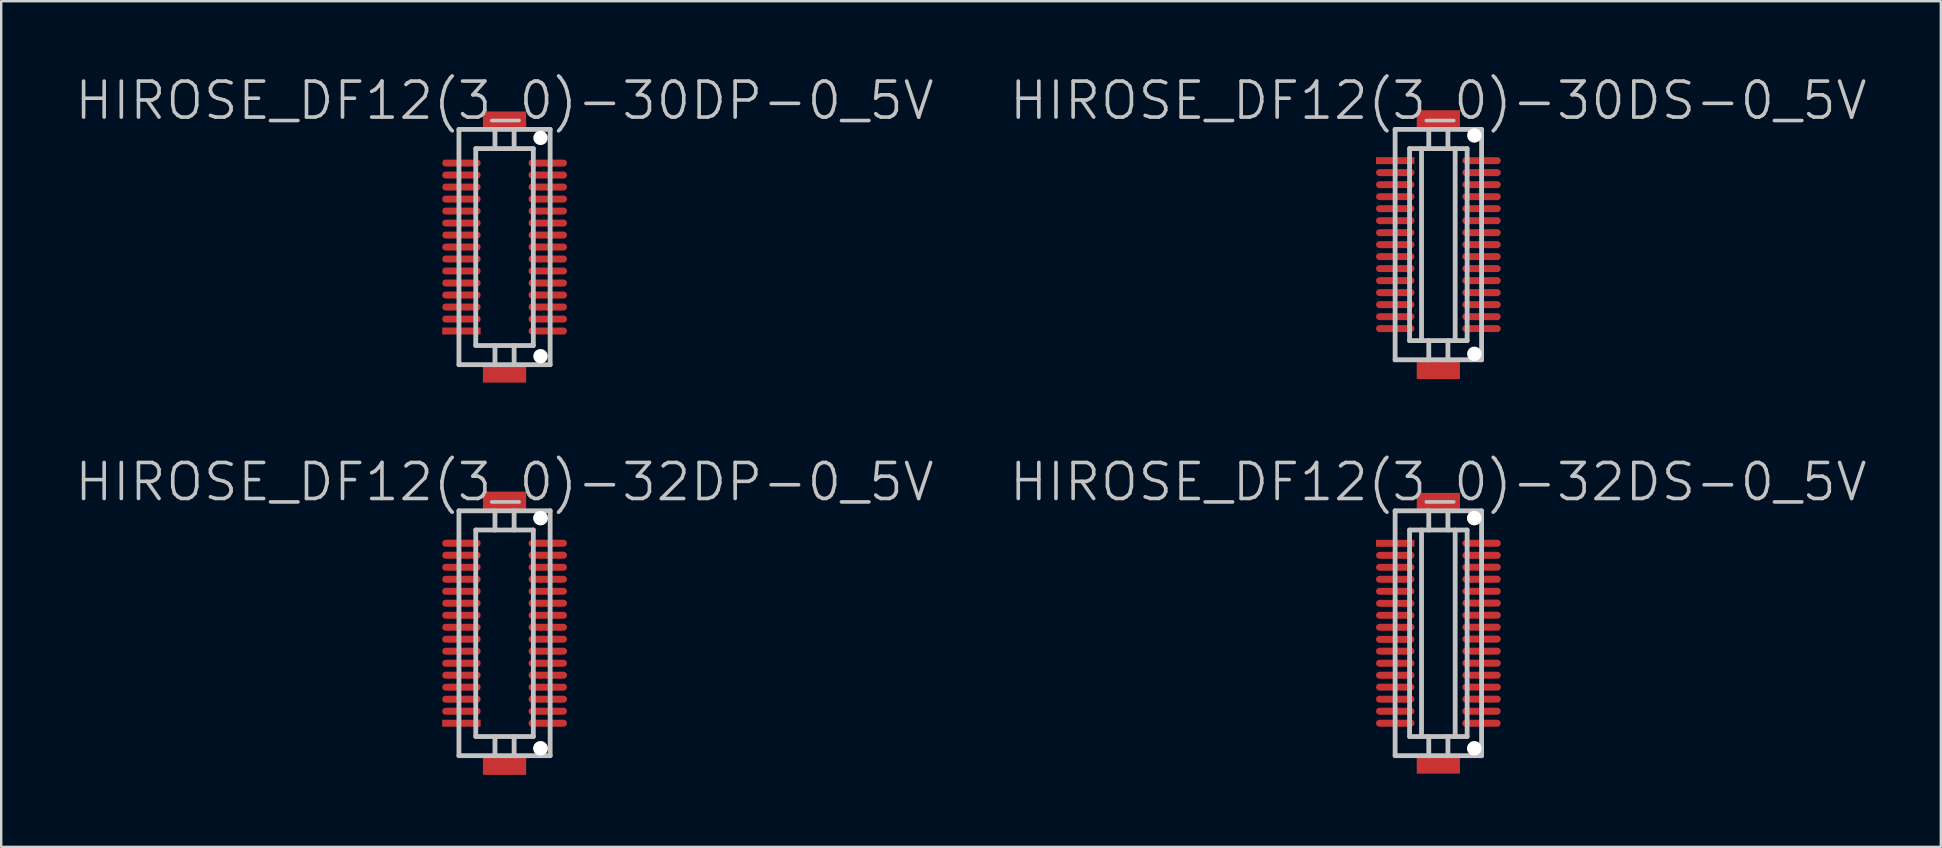
<source format=kicad_pcb>
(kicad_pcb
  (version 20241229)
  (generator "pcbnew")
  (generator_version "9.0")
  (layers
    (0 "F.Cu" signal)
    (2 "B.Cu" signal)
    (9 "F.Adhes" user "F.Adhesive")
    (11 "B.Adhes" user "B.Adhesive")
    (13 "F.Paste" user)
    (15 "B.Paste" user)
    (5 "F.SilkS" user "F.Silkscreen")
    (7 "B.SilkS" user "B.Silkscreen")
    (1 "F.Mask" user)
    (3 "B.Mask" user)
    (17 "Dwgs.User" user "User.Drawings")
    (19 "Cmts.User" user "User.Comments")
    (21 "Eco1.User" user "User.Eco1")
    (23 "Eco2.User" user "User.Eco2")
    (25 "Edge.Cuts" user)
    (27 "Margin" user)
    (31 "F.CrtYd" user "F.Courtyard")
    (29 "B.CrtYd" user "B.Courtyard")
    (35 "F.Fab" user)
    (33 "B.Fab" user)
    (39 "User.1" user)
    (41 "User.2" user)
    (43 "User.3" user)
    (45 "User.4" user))
  (footprint "HIROSE_DF12(3_0)-30DP-0_5V"
    (layer "F.Cu")
    (at 17.968 7.241)
    (property "Reference" "HIROSE_DF12(3_0)-30DP-0_5V" (at 0 -6.1 180) (layer "Dwgs.User") (effects (font (size 1.5 1.5) (thickness 0.15))))
    (attr smd)
    (fp_line (start -1.9 4.9) (end -1.9 -4.9) (stroke (width 0.2) (type solid)) (layer "Dwgs.User"))
    (fp_line (start -1.9 4.9) (end 1.9 4.9) (stroke (width 0.2) (type solid)) (layer "Dwgs.User"))
    (fp_line (start -1.199 -4.1) (end -1.199 4.1) (stroke (width 0.2) (type solid)) (layer "Dwgs.User"))
    (fp_line (start -1.199 -4.1) (end 1.199 -4.1) (stroke (width 0.2) (type solid)) (layer "Dwgs.User"))
    (fp_line (start -0.399 -4.1) (end -0.399 -4.9) (stroke (width 0.2) (type solid)) (layer "Dwgs.User"))
    (fp_line (start -0.399 4.902) (end -0.399 4.102) (stroke (width 0.2) (type solid)) (layer "Dwgs.User"))
    (fp_line (start 0.399 -4.1) (end 0.399 -4.9) (stroke (width 0.2) (type solid)) (layer "Dwgs.User"))
    (fp_line (start 0.399 4.102) (end 0.399 4.902) (stroke (width 0.2) (type solid)) (layer "Dwgs.User"))
    (fp_line (start 1.199 4.1) (end 1.199 -4.1) (stroke (width 0.2) (type solid)) (layer "Dwgs.User"))
    (fp_line (start 1.199 4.102) (end -1.199 4.102) (stroke (width 0.2) (type solid)) (layer "Dwgs.User"))
    (fp_line (start 1.9 -4.9) (end -1.9 -4.9) (stroke (width 0.2) (type solid)) (layer "Dwgs.User"))
    (fp_line (start 1.9 -4.9) (end 1.9 4.9) (stroke (width 0.2) (type solid)) (layer "Dwgs.User"))
    (pad "" smd rect (at 0 -5.248 270) (size 0.8 1.8) (layers "F.Cu" "F.Mask" "F.Paste"))
    (pad "" smd rect (at 0 5.248 270) (size 0.8 1.8) (layers "F.Cu" "F.Mask" "F.Paste"))
    (pad "" np_thru_hole circle (at 1.499 -4.549 270) (size 0.6 0.6) (drill 0.6) (layers "*.Cu" "*.Mask"))
    (pad "" np_thru_hole circle (at 1.499 4.549 270) (size 0.6 0.6) (drill 0.6) (layers "*.Cu" "*.Mask"))
    (pad "1" smd rect (at -1.796 3.498 270) (size 0.29 1.6) (layers "F.Cu" "F.Mask" "F.Paste"))
    (pad "2" smd oval (at -1.796 3 270) (size 0.29 1.6) (layers "F.Cu" "F.Mask" "F.Paste"))
    (pad "3" smd oval (at -1.796 2.499 270) (size 0.29 1.6) (layers "F.Cu" "F.Mask" "F.Paste"))
    (pad "4" smd oval (at -1.796 1.999 270) (size 0.29 1.6) (layers "F.Cu" "F.Mask" "F.Paste"))
    (pad "5" smd oval (at -1.796 1.499 270) (size 0.29 1.6) (layers "F.Cu" "F.Mask" "F.Paste"))
    (pad "6" smd oval (at -1.796 0.998 270) (size 0.29 1.6) (layers "F.Cu" "F.Mask" "F.Paste"))
    (pad "7" smd oval (at -1.796 0.498 270) (size 0.29 1.6) (layers "F.Cu" "F.Mask" "F.Paste"))
    (pad "8" smd oval (at -1.796 0 270) (size 0.29 1.6) (layers "F.Cu" "F.Mask" "F.Paste"))
    (pad "9" smd oval (at -1.796 -0.498 270) (size 0.29 1.6) (layers "F.Cu" "F.Mask" "F.Paste"))
    (pad "10" smd oval (at -1.796 -0.998 270) (size 0.29 1.6) (layers "F.Cu" "F.Mask" "F.Paste"))
    (pad "11" smd oval (at -1.796 -1.499 270) (size 0.29 1.6) (layers "F.Cu" "F.Mask" "F.Paste"))
    (pad "12" smd oval (at -1.796 -1.999 270) (size 0.29 1.6) (layers "F.Cu" "F.Mask" "F.Paste"))
    (pad "13" smd oval (at -1.796 -2.499 270) (size 0.29 1.6) (layers "F.Cu" "F.Mask" "F.Paste"))
    (pad "14" smd oval (at -1.796 -3 270) (size 0.29 1.6) (layers "F.Cu" "F.Mask" "F.Paste"))
    (pad "15" smd oval (at -1.796 -3.498 270) (size 0.29 1.6) (layers "F.Cu" "F.Mask" "F.Paste"))
    (pad "16" smd oval (at 1.801 -3.498 270) (size 0.29 1.6) (layers "F.Cu" "F.Mask" "F.Paste"))
    (pad "17" smd oval (at 1.801 -3 270) (size 0.29 1.6) (layers "F.Cu" "F.Mask" "F.Paste"))
    (pad "18" smd oval (at 1.801 -2.499 270) (size 0.29 1.6) (layers "F.Cu" "F.Mask" "F.Paste"))
    (pad "19" smd oval (at 1.801 -1.999 270) (size 0.29 1.6) (layers "F.Cu" "F.Mask" "F.Paste"))
    (pad "20" smd oval (at 1.801 -1.499 270) (size 0.29 1.6) (layers "F.Cu" "F.Mask" "F.Paste"))
    (pad "21" smd oval (at 1.801 -0.998 270) (size 0.29 1.6) (layers "F.Cu" "F.Mask" "F.Paste"))
    (pad "22" smd oval (at 1.801 -0.498 270) (size 0.29 1.6) (layers "F.Cu" "F.Mask" "F.Paste"))
    (pad "23" smd oval (at 1.801 0 270) (size 0.29 1.6) (layers "F.Cu" "F.Mask" "F.Paste"))
    (pad "24" smd oval (at 1.801 0.498 270) (size 0.29 1.6) (layers "F.Cu" "F.Mask" "F.Paste"))
    (pad "25" smd oval (at 1.801 0.998 270) (size 0.29 1.6) (layers "F.Cu" "F.Mask" "F.Paste"))
    (pad "26" smd oval (at 1.801 1.499 270) (size 0.29 1.6) (layers "F.Cu" "F.Mask" "F.Paste"))
    (pad "27" smd oval (at 1.801 1.999 270) (size 0.29 1.6) (layers "F.Cu" "F.Mask" "F.Paste"))
    (pad "28" smd oval (at 1.801 2.499 270) (size 0.29 1.6) (layers "F.Cu" "F.Mask" "F.Paste"))
    (pad "29" smd oval (at 1.801 3 270) (size 0.29 1.6) (layers "F.Cu" "F.Mask" "F.Paste"))
    (pad "30" smd oval (at 1.801 3.498 270) (size 0.29 1.6) (layers "F.Cu" "F.Mask" "F.Paste")))
  (footprint "HIROSE_DF12(3_0)-32DS-0_5V"
    (layer "F.Cu")
    (at 56.868 23.329)
    (property "Reference" "HIROSE_DF12(3_0)-32DS-0_5V" (at 0 -6.3 180) (layer "Dwgs.User") (effects (font (size 1.5 1.5) (thickness 0.15))))
    (attr smd)
    (fp_line (start -1.801 -5.1) (end 1.801 -5.1) (stroke (width 0.2) (type solid)) (layer "Dwgs.User"))
    (fp_line (start -1.801 5.1) (end -1.801 -5.1) (stroke (width 0.2) (type solid)) (layer "Dwgs.User"))
    (fp_line (start -1.199 -4.3) (end 1.199 -4.3) (stroke (width 0.2) (type solid)) (layer "Dwgs.User"))
    (fp_line (start -1.199 4.3) (end -1.199 -4.3) (stroke (width 0.2) (type solid)) (layer "Dwgs.User"))
    (fp_line (start -0.701 -4.3) (end -0.701 4.3) (stroke (width 0.2) (type solid)) (layer "Dwgs.User"))
    (fp_line (start -0.399 -4.3) (end -0.399 -5.1) (stroke (width 0.2) (type solid)) (layer "Dwgs.User"))
    (fp_line (start -0.399 5.103) (end -0.399 4.303) (stroke (width 0.2) (type solid)) (layer "Dwgs.User"))
    (fp_line (start 0.399 -4.3) (end 0.399 -5.1) (stroke (width 0.2) (type solid)) (layer "Dwgs.User"))
    (fp_line (start 0.399 4.303) (end 0.399 5.103) (stroke (width 0.2) (type solid)) (layer "Dwgs.User"))
    (fp_line (start 0.701 4.3) (end 0.701 -4.3) (stroke (width 0.2) (type solid)) (layer "Dwgs.User"))
    (fp_line (start 1.199 -4.3) (end 1.199 4.3) (stroke (width 0.2) (type solid)) (layer "Dwgs.User"))
    (fp_line (start 1.199 4.303) (end -1.199 4.303) (stroke (width 0.2) (type solid)) (layer "Dwgs.User"))
    (fp_line (start 1.801 -5.1) (end 1.801 5.1) (stroke (width 0.2) (type solid)) (layer "Dwgs.User"))
    (fp_line (start 1.801 5.1) (end -1.801 5.1) (stroke (width 0.2) (type solid)) (layer "Dwgs.User"))
    (pad "" smd rect (at 0 -5.448 270) (size 0.8 1.8) (layers "F.Cu" "F.Mask" "F.Paste"))
    (pad "" smd rect (at 0 5.448 270) (size 0.8 1.8) (layers "F.Cu" "F.Mask" "F.Paste"))
    (pad "" np_thru_hole circle (at 1.499 -4.798 270) (size 0.6 0.6) (drill 0.6) (layers "*.Cu" "*.Mask" "F.SilkS"))
    (pad "" np_thru_hole circle (at 1.499 4.798 270) (size 0.6 0.6) (drill 0.6) (layers "*.Cu" "*.Mask" "F.SilkS"))
    (pad "1" smd rect (at -1.796 -3.747 270) (size 0.29 1.6) (layers "F.Cu" "F.Mask" "F.Paste"))
    (pad "2" smd oval (at -1.796 -3.246 270) (size 0.29 1.6) (layers "F.Cu" "F.Mask" "F.Paste"))
    (pad "3" smd oval (at -1.796 -2.748 270) (size 0.29 1.6) (layers "F.Cu" "F.Mask" "F.Paste"))
    (pad "4" smd oval (at -1.796 -2.248 270) (size 0.29 1.6) (layers "F.Cu" "F.Mask" "F.Paste"))
    (pad "5" smd oval (at -1.796 -1.748 270) (size 0.29 1.6) (layers "F.Cu" "F.Mask" "F.Paste"))
    (pad "6" smd oval (at -1.796 -1.245 270) (size 0.29 1.6) (layers "F.Cu" "F.Mask" "F.Paste"))
    (pad "7" smd oval (at -1.796 -0.749 270) (size 0.29 1.6) (layers "F.Cu" "F.Mask" "F.Paste"))
    (pad "8" smd oval (at -1.796 -0.249 270) (size 0.29 1.6) (layers "F.Cu" "F.Mask" "F.Paste"))
    (pad "9" smd oval (at -1.796 0.254 270) (size 0.29 1.6) (layers "F.Cu" "F.Mask" "F.Paste"))
    (pad "10" smd oval (at -1.796 0.747 270) (size 0.29 1.6) (layers "F.Cu" "F.Mask" "F.Paste"))
    (pad "11" smd oval (at -1.796 1.25 270) (size 0.29 1.6) (layers "F.Cu" "F.Mask" "F.Paste"))
    (pad "12" smd oval (at -1.796 1.75 270) (size 0.29 1.6) (layers "F.Cu" "F.Mask" "F.Paste"))
    (pad "13" smd oval (at -1.796 2.245 270) (size 0.29 1.6) (layers "F.Cu" "F.Mask" "F.Paste"))
    (pad "14" smd oval (at -1.796 2.748 270) (size 0.29 1.6) (layers "F.Cu" "F.Mask" "F.Paste"))
    (pad "15" smd oval (at -1.796 3.249 270) (size 0.29 1.6) (layers "F.Cu" "F.Mask" "F.Paste"))
    (pad "16" smd oval (at -1.796 3.749 270) (size 0.29 1.6) (layers "F.Cu" "F.Mask" "F.Paste"))
    (pad "17" smd oval (at 1.796 3.749 270) (size 0.29 1.6) (layers "F.Cu" "F.Mask" "F.Paste"))
    (pad "18" smd oval (at 1.796 3.249 270) (size 0.29 1.6) (layers "F.Cu" "F.Mask" "F.Paste"))
    (pad "19" smd oval (at 1.801 2.746 270) (size 0.29 1.6) (layers "F.Cu" "F.Mask" "F.Paste"))
    (pad "20" smd oval (at 1.801 2.245 270) (size 0.29 1.6) (layers "F.Cu" "F.Mask" "F.Paste"))
    (pad "21" smd oval (at 1.801 1.748 270) (size 0.29 1.6) (layers "F.Cu" "F.Mask" "F.Paste"))
    (pad "22" smd oval (at 1.801 1.247 270) (size 0.29 1.6) (layers "F.Cu" "F.Mask" "F.Paste"))
    (pad "23" smd oval (at 1.801 0.747 270) (size 0.29 1.6) (layers "F.Cu" "F.Mask" "F.Paste"))
    (pad "24" smd oval (at 1.801 0.244 270) (size 0.29 1.6) (layers "F.Cu" "F.Mask" "F.Paste"))
    (pad "25" smd oval (at 1.801 -0.251 270) (size 0.29 1.6) (layers "F.Cu" "F.Mask" "F.Paste"))
    (pad "26" smd oval (at 1.801 -0.752 270) (size 0.29 1.6) (layers "F.Cu" "F.Mask" "F.Paste"))
    (pad "27" smd oval (at 1.801 -1.255 270) (size 0.29 1.6) (layers "F.Cu" "F.Mask" "F.Paste"))
    (pad "28" smd oval (at 1.801 -1.748 270) (size 0.29 1.6) (layers "F.Cu" "F.Mask" "F.Paste"))
    (pad "29" smd oval (at 1.801 -2.25 270) (size 0.29 1.6) (layers "F.Cu" "F.Mask" "F.Paste"))
    (pad "30" smd oval (at 1.801 -2.751 270) (size 0.29 1.6) (layers "F.Cu" "F.Mask" "F.Paste"))
    (pad "31" smd oval (at 1.801 -3.246 270) (size 0.29 1.6) (layers "F.Cu" "F.Mask" "F.Paste"))
    (pad "32" smd oval (at 1.801 -3.749 270) (size 0.29 1.6) (layers "F.Cu" "F.Mask" "F.Paste")))
  (footprint "HIROSE_DF12(3_0)-32DP-0_5V"
    (layer "F.Cu")
    (at 17.968 23.329)
    (property "Reference" "HIROSE_DF12(3_0)-32DP-0_5V" (at 0 -6.3 180) (layer "Dwgs.User") (effects (font (size 1.5 1.5) (thickness 0.15))))
    (attr smd)
    (fp_line (start -1.9 5.1) (end -1.9 -5.1) (stroke (width 0.2) (type solid)) (layer "Dwgs.User"))
    (fp_line (start -1.9 5.1) (end 1.9 5.1) (stroke (width 0.2) (type solid)) (layer "Dwgs.User"))
    (fp_line (start -1.199 -4.3) (end -1.199 4.3) (stroke (width 0.2) (type solid)) (layer "Dwgs.User"))
    (fp_line (start -1.199 -4.3) (end 1.199 -4.3) (stroke (width 0.2) (type solid)) (layer "Dwgs.User"))
    (fp_line (start -0.399 -4.3) (end -0.399 -5.1) (stroke (width 0.2) (type solid)) (layer "Dwgs.User"))
    (fp_line (start -0.399 5.103) (end -0.399 4.303) (stroke (width 0.2) (type solid)) (layer "Dwgs.User"))
    (fp_line (start 0.399 -4.3) (end 0.399 -5.1) (stroke (width 0.2) (type solid)) (layer "Dwgs.User"))
    (fp_line (start 0.399 4.303) (end 0.399 5.103) (stroke (width 0.2) (type solid)) (layer "Dwgs.User"))
    (fp_line (start 1.199 4.3) (end 1.199 -4.3) (stroke (width 0.2) (type solid)) (layer "Dwgs.User"))
    (fp_line (start 1.199 4.303) (end -1.199 4.303) (stroke (width 0.2) (type solid)) (layer "Dwgs.User"))
    (fp_line (start 1.9 -5.1) (end -1.9 -5.1) (stroke (width 0.2) (type solid)) (layer "Dwgs.User"))
    (fp_line (start 1.9 -5.1) (end 1.9 5.1) (stroke (width 0.2) (type solid)) (layer "Dwgs.User"))
    (pad "" smd rect (at 0 -5.499 270) (size 0.8 1.8) (layers "F.Cu" "F.Mask" "F.Paste"))
    (pad "" smd rect (at 0 5.499 270) (size 0.8 1.8) (layers "F.Cu" "F.Mask" "F.Paste"))
    (pad "" np_thru_hole circle (at 1.499 -4.798 270) (size 0.6 0.6) (drill 0.6) (layers "*.Cu" "*.Mask" "F.SilkS"))
    (pad "" np_thru_hole circle (at 1.499 4.798 270) (size 0.6 0.6) (drill 0.6) (layers "*.Cu" "*.Mask" "F.SilkS"))
    (pad "1" smd rect (at -1.796 3.749 270) (size 0.29 1.6) (layers "F.Cu" "F.Mask" "F.Paste"))
    (pad "2" smd oval (at -1.796 3.249 270) (size 0.29 1.6) (layers "F.Cu" "F.Mask" "F.Paste"))
    (pad "3" smd oval (at -1.796 2.748 270) (size 0.29 1.6) (layers "F.Cu" "F.Mask" "F.Paste"))
    (pad "4" smd oval (at -1.796 2.248 270) (size 0.29 1.6) (layers "F.Cu" "F.Mask" "F.Paste"))
    (pad "5" smd oval (at -1.796 1.748 270) (size 0.29 1.6) (layers "F.Cu" "F.Mask" "F.Paste"))
    (pad "6" smd oval (at -1.796 1.25 270) (size 0.29 1.6) (layers "F.Cu" "F.Mask" "F.Paste"))
    (pad "7" smd oval (at -1.796 0.749 270) (size 0.29 1.6) (layers "F.Cu" "F.Mask" "F.Paste"))
    (pad "8" smd oval (at -1.796 0.249 270) (size 0.29 1.6) (layers "F.Cu" "F.Mask" "F.Paste"))
    (pad "9" smd oval (at -1.796 -0.249 270) (size 0.29 1.6) (layers "F.Cu" "F.Mask" "F.Paste"))
    (pad "10" smd oval (at -1.796 -0.749 270) (size 0.29 1.6) (layers "F.Cu" "F.Mask" "F.Paste"))
    (pad "11" smd oval (at -1.796 -1.25 270) (size 0.29 1.6) (layers "F.Cu" "F.Mask" "F.Paste"))
    (pad "12" smd oval (at -1.796 -1.748 270) (size 0.29 1.6) (layers "F.Cu" "F.Mask" "F.Paste"))
    (pad "13" smd oval (at -1.796 -2.248 270) (size 0.29 1.6) (layers "F.Cu" "F.Mask" "F.Paste"))
    (pad "14" smd oval (at -1.796 -2.748 270) (size 0.29 1.6) (layers "F.Cu" "F.Mask" "F.Paste"))
    (pad "15" smd oval (at -1.796 -3.249 270) (size 0.29 1.6) (layers "F.Cu" "F.Mask" "F.Paste"))
    (pad "16" smd oval (at -1.796 -3.749 270) (size 0.29 1.6) (layers "F.Cu" "F.Mask" "F.Paste"))
    (pad "17" smd oval (at 1.801 -3.749 270) (size 0.29 1.6) (layers "F.Cu" "F.Mask" "F.Paste"))
    (pad "18" smd oval (at 1.801 -3.249 270) (size 0.29 1.6) (layers "F.Cu" "F.Mask" "F.Paste"))
    (pad "19" smd oval (at 1.801 -2.748 270) (size 0.29 1.6) (layers "F.Cu" "F.Mask" "F.Paste"))
    (pad "20" smd oval (at 1.801 -2.248 270) (size 0.29 1.6) (layers "F.Cu" "F.Mask" "F.Paste"))
    (pad "21" smd oval (at 1.801 -1.748 270) (size 0.29 1.6) (layers "F.Cu" "F.Mask" "F.Paste"))
    (pad "22" smd oval (at 1.801 -1.25 270) (size 0.29 1.6) (layers "F.Cu" "F.Mask" "F.Paste"))
    (pad "23" smd oval (at 1.801 -0.749 270) (size 0.29 1.6) (layers "F.Cu" "F.Mask" "F.Paste"))
    (pad "24" smd oval (at 1.801 -0.249 270) (size 0.29 1.6) (layers "F.Cu" "F.Mask" "F.Paste"))
    (pad "25" smd oval (at 1.801 0.249 270) (size 0.29 1.6) (layers "F.Cu" "F.Mask" "F.Paste"))
    (pad "26" smd oval (at 1.801 0.749 270) (size 0.29 1.6) (layers "F.Cu" "F.Mask" "F.Paste"))
    (pad "27" smd oval (at 1.801 1.25 270) (size 0.29 1.6) (layers "F.Cu" "F.Mask" "F.Paste"))
    (pad "28" smd oval (at 1.801 1.748 270) (size 0.29 1.6) (layers "F.Cu" "F.Mask" "F.Paste"))
    (pad "29" smd oval (at 1.801 2.248 270) (size 0.29 1.6) (layers "F.Cu" "F.Mask" "F.Paste"))
    (pad "30" smd oval (at 1.801 2.748 270) (size 0.29 1.6) (layers "F.Cu" "F.Mask" "F.Paste"))
    (pad "31" smd oval (at 1.801 3.249 270) (size 0.29 1.6) (layers "F.Cu" "F.Mask" "F.Paste"))
    (pad "32" smd oval (at 1.801 3.749 270) (size 0.29 1.6) (layers "F.Cu" "F.Mask" "F.Paste")))
  (footprint "HIROSE_DF12(3_0)-30DS-0_5V"
    (layer "F.Cu")
    (at 56.868 7.141)
    (property "Reference" "HIROSE_DF12(3_0)-30DS-0_5V" (at 0 -6 180) (layer "Dwgs.User") (effects (font (size 1.5 1.5) (thickness 0.15))))
    (attr smd)
    (fp_line (start -1.801 -4.801) (end -1.801 4.801) (stroke (width 0.2) (type solid)) (layer "Dwgs.User"))
    (fp_line (start -1.801 -4.801) (end 1.801 -4.801) (stroke (width 0.2) (type solid)) (layer "Dwgs.User"))
    (fp_line (start -1.199 -4) (end 1.199 -4) (stroke (width 0.2) (type solid)) (layer "Dwgs.User"))
    (fp_line (start -1.199 4) (end -1.199 -4) (stroke (width 0.2) (type solid)) (layer "Dwgs.User"))
    (fp_line (start -0.701 4) (end -0.701 -4) (stroke (width 0.2) (type solid)) (layer "Dwgs.User"))
    (fp_line (start -0.399 -4) (end -0.399 -4.801) (stroke (width 0.2) (type solid)) (layer "Dwgs.User"))
    (fp_line (start -0.399 4.801) (end -0.399 4) (stroke (width 0.2) (type solid)) (layer "Dwgs.User"))
    (fp_line (start 0.399 -4) (end 0.399 -4.801) (stroke (width 0.2) (type solid)) (layer "Dwgs.User"))
    (fp_line (start 0.399 4) (end 0.399 4.801) (stroke (width 0.2) (type solid)) (layer "Dwgs.User"))
    (fp_line (start 0.701 -4) (end 0.701 4) (stroke (width 0.2) (type solid)) (layer "Dwgs.User"))
    (fp_line (start 1.199 3.998) (end -1.199 3.998) (stroke (width 0.2) (type solid)) (layer "Dwgs.User"))
    (fp_line (start 1.199 4) (end 1.199 -4) (stroke (width 0.2) (type solid)) (layer "Dwgs.User"))
    (fp_line (start 1.801 4.796) (end -1.801 4.796) (stroke (width 0.2) (type solid)) (layer "Dwgs.User"))
    (fp_line (start 1.801 4.801) (end 1.801 -4.801) (stroke (width 0.2) (type solid)) (layer "Dwgs.User"))
    (pad "" smd rect (at 0 -5.199 270) (size 0.8 1.8) (layers "F.Cu" "F.Mask" "F.Paste"))
    (pad "" smd rect (at 0 5.199 270) (size 0.8 1.8) (layers "F.Cu" "F.Mask" "F.Paste"))
    (pad "" np_thru_hole circle (at 1.499 -4.549 270) (size 0.6 0.6) (drill 0.6) (layers "*.Cu" "*.Mask"))
    (pad "" np_thru_hole circle (at 1.499 4.549 270) (size 0.6 0.6) (drill 0.6) (layers "*.Cu" "*.Mask"))
    (pad "1" smd rect (at -1.796 -3.498 270) (size 0.29 1.6) (layers "F.Cu" "F.Mask" "F.Paste"))
    (pad "2" smd oval (at -1.796 -3 270) (size 0.29 1.6) (layers "F.Cu" "F.Mask" "F.Paste"))
    (pad "3" smd oval (at -1.796 -2.499 270) (size 0.29 1.6) (layers "F.Cu" "F.Mask" "F.Paste"))
    (pad "4" smd oval (at -1.796 -1.999 270) (size 0.29 1.6) (layers "F.Cu" "F.Mask" "F.Paste"))
    (pad "5" smd oval (at -1.796 -1.499 270) (size 0.29 1.6) (layers "F.Cu" "F.Mask" "F.Paste"))
    (pad "6" smd oval (at -1.796 -0.998 270) (size 0.29 1.6) (layers "F.Cu" "F.Mask" "F.Paste"))
    (pad "7" smd oval (at -1.796 -0.498 270) (size 0.29 1.6) (layers "F.Cu" "F.Mask" "F.Paste"))
    (pad "8" smd oval (at -1.796 0 270) (size 0.29 1.6) (layers "F.Cu" "F.Mask" "F.Paste"))
    (pad "9" smd oval (at -1.796 0.498 270) (size 0.29 1.6) (layers "F.Cu" "F.Mask" "F.Paste"))
    (pad "10" smd oval (at -1.796 0.998 270) (size 0.29 1.6) (layers "F.Cu" "F.Mask" "F.Paste"))
    (pad "11" smd oval (at -1.796 1.499 270) (size 0.29 1.6) (layers "F.Cu" "F.Mask" "F.Paste"))
    (pad "12" smd oval (at -1.796 1.999 270) (size 0.29 1.6) (layers "F.Cu" "F.Mask" "F.Paste"))
    (pad "13" smd oval (at -1.796 2.499 270) (size 0.29 1.6) (layers "F.Cu" "F.Mask" "F.Paste"))
    (pad "14" smd oval (at -1.796 3 270) (size 0.29 1.6) (layers "F.Cu" "F.Mask" "F.Paste"))
    (pad "15" smd oval (at -1.796 3.498 270) (size 0.29 1.6) (layers "F.Cu" "F.Mask" "F.Paste"))
    (pad "16" smd oval (at 1.798 3.498 270) (size 0.29 1.6) (layers "F.Cu" "F.Mask" "F.Paste"))
    (pad "17" smd oval (at 1.798 3 270) (size 0.29 1.6) (layers "F.Cu" "F.Mask" "F.Paste"))
    (pad "18" smd oval (at 1.798 2.499 270) (size 0.29 1.6) (layers "F.Cu" "F.Mask" "F.Paste"))
    (pad "19" smd oval (at 1.798 1.999 270) (size 0.29 1.6) (layers "F.Cu" "F.Mask" "F.Paste"))
    (pad "20" smd oval (at 1.798 1.499 270) (size 0.29 1.6) (layers "F.Cu" "F.Mask" "F.Paste"))
    (pad "21" smd oval (at 1.798 0.998 270) (size 0.29 1.6) (layers "F.Cu" "F.Mask" "F.Paste"))
    (pad "22" smd oval (at 1.798 0.498 270) (size 0.29 1.6) (layers "F.Cu" "F.Mask" "F.Paste"))
    (pad "23" smd oval (at 1.798 0 270) (size 0.29 1.6) (layers "F.Cu" "F.Mask" "F.Paste"))
    (pad "24" smd oval (at 1.798 -0.498 270) (size 0.29 1.6) (layers "F.Cu" "F.Mask" "F.Paste"))
    (pad "25" smd oval (at 1.798 -0.998 270) (size 0.29 1.6) (layers "F.Cu" "F.Mask" "F.Paste"))
    (pad "26" smd oval (at 1.801 -1.499 270) (size 0.29 1.6) (layers "F.Cu" "F.Mask" "F.Paste"))
    (pad "27" smd oval (at 1.801 -1.999 270) (size 0.29 1.6) (layers "F.Cu" "F.Mask" "F.Paste"))
    (pad "28" smd oval (at 1.801 -2.499 270) (size 0.29 1.6) (layers "F.Cu" "F.Mask" "F.Paste"))
    (pad "29" smd oval (at 1.801 -3 270) (size 0.29 1.6) (layers "F.Cu" "F.Mask" "F.Paste"))
    (pad "30" smd oval (at 1.801 -3.498 270) (size 0.29 1.6) (layers "F.Cu" "F.Mask" "F.Paste")))
  (gr_rect
    (start -3 -3)
    (end 77.8 32.228)
    (stroke (width 0.1) (type default))
    (fill no)
    (layer "Edge.Cuts")))
</source>
